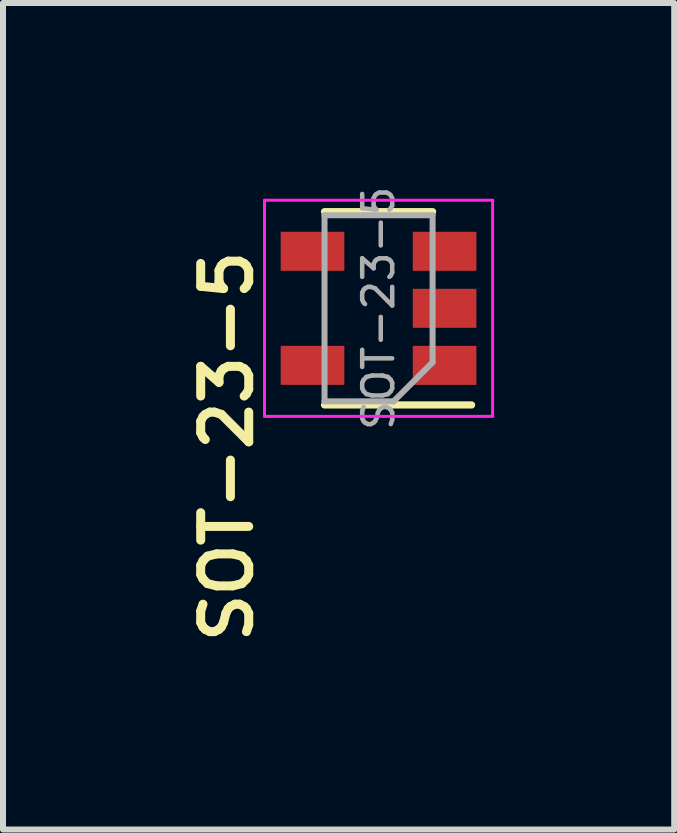
<source format=kicad_pcb>
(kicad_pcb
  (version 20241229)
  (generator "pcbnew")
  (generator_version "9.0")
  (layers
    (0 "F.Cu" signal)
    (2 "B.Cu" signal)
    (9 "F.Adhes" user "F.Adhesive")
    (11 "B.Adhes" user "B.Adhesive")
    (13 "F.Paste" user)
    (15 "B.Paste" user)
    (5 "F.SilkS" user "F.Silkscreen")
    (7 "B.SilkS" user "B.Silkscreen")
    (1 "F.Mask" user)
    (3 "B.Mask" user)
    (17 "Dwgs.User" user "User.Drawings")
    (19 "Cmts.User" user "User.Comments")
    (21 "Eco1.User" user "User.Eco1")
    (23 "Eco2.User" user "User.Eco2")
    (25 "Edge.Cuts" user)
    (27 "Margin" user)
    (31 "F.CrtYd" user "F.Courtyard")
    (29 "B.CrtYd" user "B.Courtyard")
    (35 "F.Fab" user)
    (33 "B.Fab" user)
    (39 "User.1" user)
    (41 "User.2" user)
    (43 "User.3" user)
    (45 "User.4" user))
  (footprint "SOT-23-5"
    (layer "F.Cu")
    (at 3.256 2.086)
    (property "Reference" "SOT-23-5" (at -2.525 2.3 90) (layer "F.SilkS") (effects (font (size 0.8 0.8) (thickness 0.15))))
    (attr smd)
    (fp_line (start -0.9 1.61) (end 1.55 1.61) (stroke (width 0.12) (type solid)) (layer "F.SilkS"))
    (fp_line (start 0.9 -1.61) (end -0.9 -1.61) (stroke (width 0.12) (type solid)) (layer "F.SilkS"))
    (fp_line (start -1.9 -1.8) (end 1.9 -1.8) (stroke (width 0.05) (type solid)) (layer "F.CrtYd"))
    (fp_line (start -1.9 1.8) (end -1.9 -1.8) (stroke (width 0.05) (type solid)) (layer "F.CrtYd"))
    (fp_line (start 1.9 -1.8) (end 1.9 1.8) (stroke (width 0.05) (type solid)) (layer "F.CrtYd"))
    (fp_line (start 1.9 1.8) (end -1.9 1.8) (stroke (width 0.05) (type solid)) (layer "F.CrtYd"))
    (fp_line (start -0.9 -1.55) (end 0.9 -1.55) (stroke (width 0.1) (type solid)) (layer "F.Fab"))
    (fp_line (start -0.9 1.55) (end -0.9 -1.55) (stroke (width 0.1) (type solid)) (layer "F.Fab"))
    (fp_line (start -0.9 1.55) (end 0.25 1.55) (stroke (width 0.1) (type solid)) (layer "F.Fab"))
    (fp_line (start 0.9 0.9) (end 0.25 1.55) (stroke (width 0.1) (type solid)) (layer "F.Fab"))
    (fp_line (start 0.9 0.9) (end 0.9 -1.55) (stroke (width 0.1) (type solid)) (layer "F.Fab"))
    (fp_text user "${REFERENCE}" (at 0 0 90) (layer "F.Fab") (effects (font (size 0.5 0.5) (thickness 0.075))))
    (pad "1" smd rect (at 1.1 0.95 180) (size 1.06 0.65) (layers "F.Cu" "F.Mask" "F.Paste"))
    (pad "2" smd rect (at 1.1 0 180) (size 1.06 0.65) (layers "F.Cu" "F.Mask" "F.Paste"))
    (pad "3" smd rect (at 1.1 -0.95 180) (size 1.06 0.65) (layers "F.Cu" "F.Mask" "F.Paste"))
    (pad "4" smd rect (at -1.1 -0.95 180) (size 1.06 0.65) (layers "F.Cu" "F.Mask" "F.Paste"))
    (pad "5" smd rect (at -1.1 0.95 180) (size 1.06 0.65) (layers "F.Cu" "F.Mask" "F.Paste")))
  (gr_rect
    (start -3 -3)
    (end 8.181 10.769)
    (stroke (width 0.1) (type default))
    (fill no)
    (layer "Edge.Cuts")))
</source>
